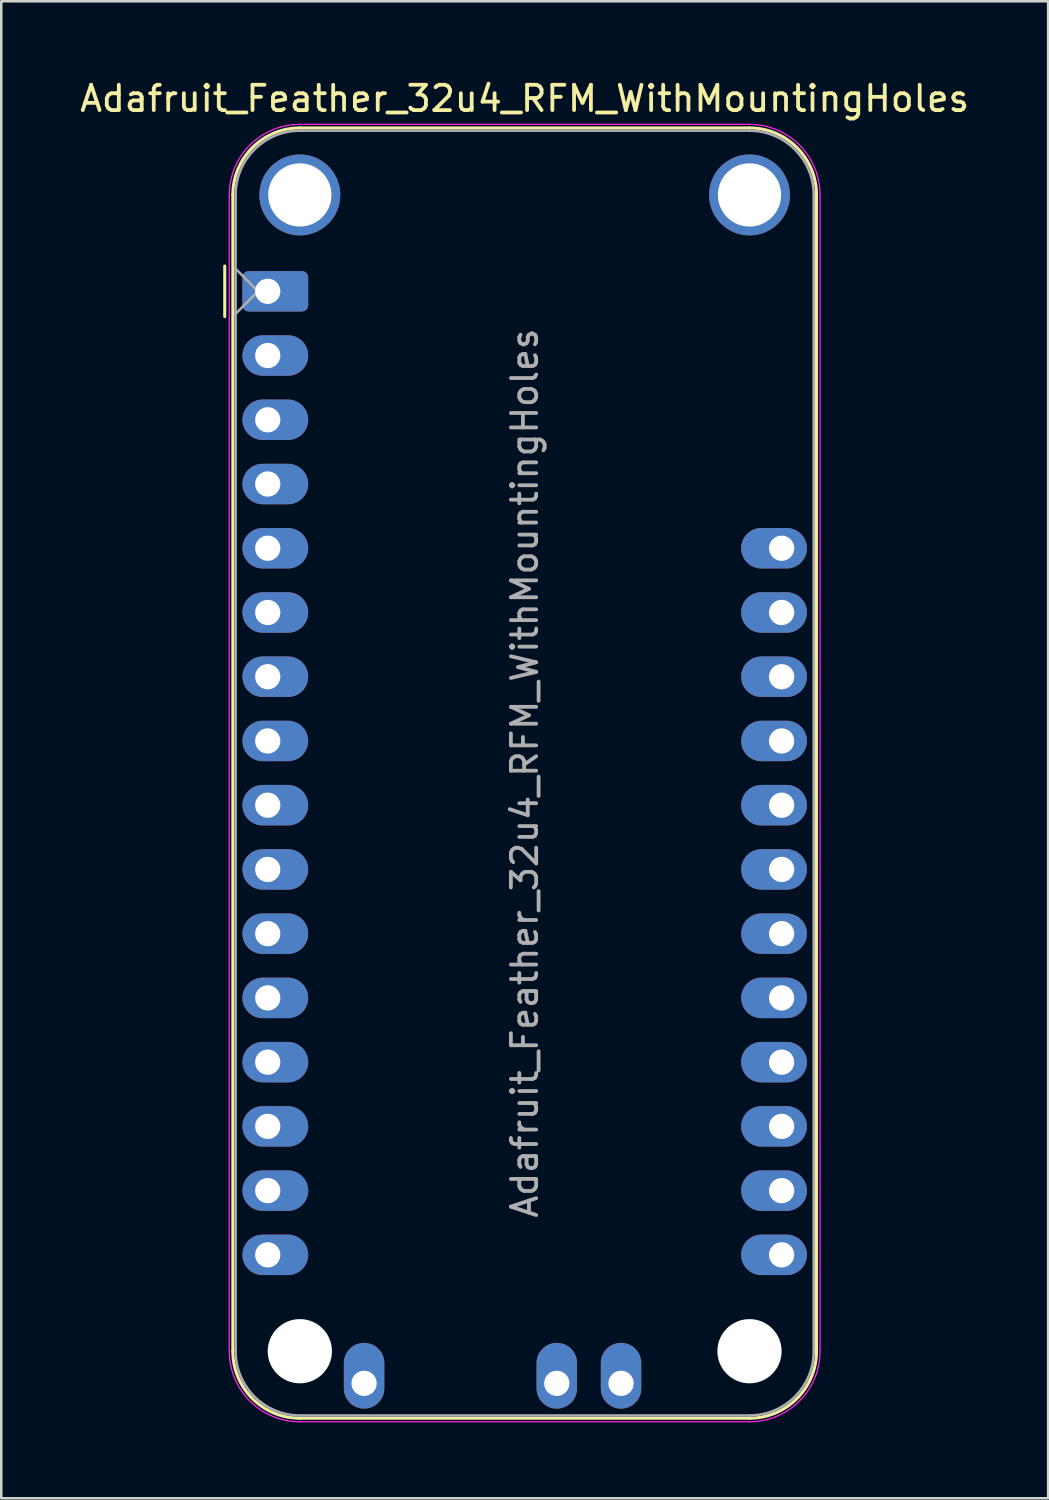
<source format=kicad_pcb>
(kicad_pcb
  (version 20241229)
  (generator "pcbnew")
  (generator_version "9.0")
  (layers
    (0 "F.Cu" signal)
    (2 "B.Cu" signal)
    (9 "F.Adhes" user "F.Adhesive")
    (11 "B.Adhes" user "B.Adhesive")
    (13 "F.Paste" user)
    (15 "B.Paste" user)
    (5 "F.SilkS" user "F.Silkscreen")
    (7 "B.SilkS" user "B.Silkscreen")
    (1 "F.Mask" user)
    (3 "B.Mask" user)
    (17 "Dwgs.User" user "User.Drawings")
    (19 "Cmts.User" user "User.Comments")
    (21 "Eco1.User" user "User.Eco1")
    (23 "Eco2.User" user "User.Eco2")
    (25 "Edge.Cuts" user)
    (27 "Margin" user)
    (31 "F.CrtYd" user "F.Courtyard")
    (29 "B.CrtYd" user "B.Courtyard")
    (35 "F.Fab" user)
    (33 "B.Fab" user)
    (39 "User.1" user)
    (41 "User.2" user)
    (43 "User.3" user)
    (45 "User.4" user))
  (footprint "Adafruit_Feather_32u4_RFM_WithMountingHoles"
    (layer "F.Cu")
    (at 7.536 8.468)
    (property "Reference" "Adafruit_Feather_32u4_RFM_WithMountingHoles" (at 10.16 -7.62 0) (layer "F.SilkS") (effects (font (size 1 1) (thickness 0.15))))
    (attr through_hole)
    (fp_line (start -1.7 1) (end -1.7 -1) (stroke (width 0.12) (type solid)) (layer "F.SilkS"))
    (fp_line (start -1.38 -3.81) (end -1.38 41.91) (stroke (width 0.12) (type solid)) (layer "F.SilkS"))
    (fp_line (start 19.05 -6.46) (end 1.27 -6.46) (stroke (width 0.12) (type solid)) (layer "F.SilkS"))
    (fp_line (start 19.05 44.56) (end 1.27 44.56) (stroke (width 0.12) (type solid)) (layer "F.SilkS"))
    (fp_line (start 21.7 -3.81) (end 21.7 41.91) (stroke (width 0.12) (type solid)) (layer "F.SilkS"))
    (fp_arc (start -1.38 -3.81) (mid -0.603833 -5.683833) (end 1.27 -6.46) (stroke (width 0.12) (type solid)) (layer "F.SilkS"))
    (fp_arc (start 1.27 44.56) (mid -0.603833 43.783833) (end -1.38 41.91) (stroke (width 0.12) (type solid)) (layer "F.SilkS"))
    (fp_arc (start 19.05 -6.46) (mid 20.923833 -5.683833) (end 21.7 -3.81) (stroke (width 0.12) (type solid)) (layer "F.SilkS"))
    (fp_arc (start 21.7 41.91) (mid 20.923833 43.783833) (end 19.05 44.56) (stroke (width 0.12) (type solid)) (layer "F.SilkS"))
    (fp_line (start -1.52 41.91) (end -1.52 -3.81) (stroke (width 0.05) (type solid)) (layer "F.CrtYd"))
    (fp_line (start 19.05 -6.6) (end 1.27 -6.6) (stroke (width 0.05) (type solid)) (layer "F.CrtYd"))
    (fp_line (start 19.05 44.7) (end 1.27 44.7) (stroke (width 0.05) (type solid)) (layer "F.CrtYd"))
    (fp_line (start 21.84 41.91) (end 21.84 -3.81) (stroke (width 0.05) (type solid)) (layer "F.CrtYd"))
    (fp_arc (start -1.52 -3.81) (mid -0.702828 -5.782828) (end 1.27 -6.6) (stroke (width 0.05) (type solid)) (layer "F.CrtYd"))
    (fp_arc (start 1.27 44.7) (mid -0.702828 43.882828) (end -1.52 41.91) (stroke (width 0.05) (type solid)) (layer "F.CrtYd"))
    (fp_arc (start 19.05 -6.6) (mid 21.022828 -5.782828) (end 21.84 -3.81) (stroke (width 0.05) (type solid)) (layer "F.CrtYd"))
    (fp_arc (start 21.84 41.91) (mid 21.022828 43.882828) (end 19.05 44.7) (stroke (width 0.05) (type solid)) (layer "F.CrtYd"))
    (fp_line (start -1.27 -3.81) (end -1.27 41.91) (stroke (width 0.1) (type solid)) (layer "F.Fab"))
    (fp_line (start -1.27 -0.889) (end -0.381 0) (stroke (width 0.1) (type solid)) (layer "F.Fab"))
    (fp_line (start -0.381 0) (end -1.27 0.889) (stroke (width 0.1) (type solid)) (layer "F.Fab"))
    (fp_line (start 1.27 44.45) (end 19.05 44.45) (stroke (width 0.1) (type solid)) (layer "F.Fab"))
    (fp_line (start 19.05 -6.35) (end 1.27 -6.35) (stroke (width 0.1) (type solid)) (layer "F.Fab"))
    (fp_line (start 21.59 41.91) (end 21.59 -3.81) (stroke (width 0.1) (type solid)) (layer "F.Fab"))
    (fp_arc (start -1.27 -3.81) (mid -0.526051 -5.606051) (end 1.27 -6.35) (stroke (width 0.1) (type solid)) (layer "F.Fab"))
    (fp_arc (start 1.221238 44.449532) (mid -0.543209 43.688728) (end -1.27 41.91) (stroke (width 0.1) (type solid)) (layer "F.Fab"))
    (fp_arc (start 19.05 -6.35) (mid 20.846051 -5.606051) (end 21.59 -3.81) (stroke (width 0.1) (type solid)) (layer "F.Fab"))
    (fp_arc (start 21.59 41.91) (mid 20.846051 43.706051) (end 19.05 44.45) (stroke (width 0.1) (type solid)) (layer "F.Fab"))
    (fp_text user "${REFERENCE}" (at 10.16 19.05 270) (layer "F.Fab") (effects (font (size 1 1) (thickness 0.15))))
    (pad "" np_thru_hole circle (at 1.27 -3.81 270) (size 3.2 3.2) (drill 2.5) (layers "*.Cu" "*.Mask"))
    (pad "" np_thru_hole circle (at 1.27 41.91 270) (size 2.54 2.54) (drill 2.54) (layers "*.Cu" "*.Mask"))
    (pad "" np_thru_hole circle (at 19.05 -3.81 270) (size 3.2 3.2) (drill 2.5) (layers "*.Cu" "*.Mask"))
    (pad "" np_thru_hole circle (at 19.05 41.91 270) (size 2.54 2.54) (drill 2.54) (layers "*.Cu" "*.Mask"))
    (pad "1" thru_hole roundrect (at 0 0) (size 2.6 1.6) (drill 1 (offset 0.3 0)) (layers "*.Cu" "*.Mask") (roundrect_rratio 0.156))
    (pad "2" thru_hole oval (at 0 2.54) (size 2.6 1.6) (drill 1 (offset 0.3 0)) (layers "*.Cu" "*.Mask"))
    (pad "3" thru_hole oval (at 0 5.08) (size 2.6 1.6) (drill 1 (offset 0.3 0)) (layers "*.Cu" "*.Mask"))
    (pad "4" thru_hole oval (at 0 7.62) (size 2.6 1.6) (drill 1 (offset 0.3 0)) (layers "*.Cu" "*.Mask"))
    (pad "5" thru_hole oval (at 0 10.16) (size 2.6 1.6) (drill 1 (offset 0.3 0)) (layers "*.Cu" "*.Mask"))
    (pad "6" thru_hole oval (at 0 12.7) (size 2.6 1.6) (drill 1 (offset 0.3 0)) (layers "*.Cu" "*.Mask"))
    (pad "7" thru_hole oval (at 0 15.24) (size 2.6 1.6) (drill 1 (offset 0.3 0)) (layers "*.Cu" "*.Mask"))
    (pad "8" thru_hole oval (at 0 17.78) (size 2.6 1.6) (drill 1 (offset 0.3 0)) (layers "*.Cu" "*.Mask"))
    (pad "9" thru_hole oval (at 0 20.32) (size 2.6 1.6) (drill 1 (offset 0.3 0)) (layers "*.Cu" "*.Mask"))
    (pad "10" thru_hole oval (at 0 22.86) (size 2.6 1.6) (drill 1 (offset 0.3 0)) (layers "*.Cu" "*.Mask"))
    (pad "11" thru_hole oval (at 0 25.4) (size 2.6 1.6) (drill 1 (offset 0.3 0)) (layers "*.Cu" "*.Mask"))
    (pad "12" thru_hole oval (at 0 27.94) (size 2.6 1.6) (drill 1 (offset 0.3 0)) (layers "*.Cu" "*.Mask"))
    (pad "13" thru_hole oval (at 0 30.48) (size 2.6 1.6) (drill 1 (offset 0.3 0)) (layers "*.Cu" "*.Mask"))
    (pad "14" thru_hole oval (at 0 33.02) (size 2.6 1.6) (drill 1 (offset 0.3 0)) (layers "*.Cu" "*.Mask"))
    (pad "15" thru_hole oval (at 0 35.56) (size 2.6 1.6) (drill 1 (offset 0.3 0)) (layers "*.Cu" "*.Mask"))
    (pad "16" thru_hole oval (at 0 38.1) (size 2.6 1.6) (drill 1 (offset 0.3 0)) (layers "*.Cu" "*.Mask"))
    (pad "17" thru_hole oval (at 20.32 38.1 180) (size 2.6 1.6) (drill 1 (offset 0.3 0)) (layers "*.Cu" "*.Mask"))
    (pad "18" thru_hole oval (at 20.32 35.56 180) (size 2.6 1.6) (drill 1 (offset 0.3 0)) (layers "*.Cu" "*.Mask"))
    (pad "19" thru_hole oval (at 20.32 33.02 180) (size 2.6 1.6) (drill 1 (offset 0.3 0)) (layers "*.Cu" "*.Mask"))
    (pad "20" thru_hole oval (at 20.32 30.48 180) (size 2.6 1.6) (drill 1 (offset 0.3 0)) (layers "*.Cu" "*.Mask"))
    (pad "21" thru_hole oval (at 20.32 27.94 180) (size 2.6 1.6) (drill 1 (offset 0.3 0)) (layers "*.Cu" "*.Mask"))
    (pad "22" thru_hole oval (at 20.32 25.4 180) (size 2.6 1.6) (drill 1 (offset 0.3 0)) (layers "*.Cu" "*.Mask"))
    (pad "23" thru_hole oval (at 20.32 22.86 180) (size 2.6 1.6) (drill 1 (offset 0.3 0)) (layers "*.Cu" "*.Mask"))
    (pad "24" thru_hole oval (at 20.32 20.32 180) (size 2.6 1.6) (drill 1 (offset 0.3 0)) (layers "*.Cu" "*.Mask"))
    (pad "25" thru_hole oval (at 20.32 17.78 180) (size 2.6 1.6) (drill 1 (offset 0.3 0)) (layers "*.Cu" "*.Mask"))
    (pad "26" thru_hole oval (at 20.32 15.24 180) (size 2.6 1.6) (drill 1 (offset 0.3 0)) (layers "*.Cu" "*.Mask"))
    (pad "27" thru_hole oval (at 20.32 12.7 180) (size 2.6 1.6) (drill 1 (offset 0.3 0)) (layers "*.Cu" "*.Mask"))
    (pad "28" thru_hole oval (at 20.32 10.16 180) (size 2.6 1.6) (drill 1 (offset 0.3 0)) (layers "*.Cu" "*.Mask"))
    (pad "29" thru_hole oval (at 3.81 43.18 90) (size 2.6 1.6) (drill 1 (offset 0.3 0)) (layers "*.Cu" "*.Mask"))
    (pad "30" thru_hole oval (at 11.43 43.18 90) (size 2.6 1.6) (drill 1 (offset 0.3 0)) (layers "*.Cu" "*.Mask"))
    (pad "31" thru_hole oval (at 13.97 43.18 90) (size 2.6 1.6) (drill 1 (offset 0.3 0)) (layers "*.Cu" "*.Mask")))
  (gr_rect
    (start -3 -3)
    (end 38.393 56.193)
    (stroke (width 0.1) (type default))
    (fill no)
    (layer "Edge.Cuts")))
</source>
